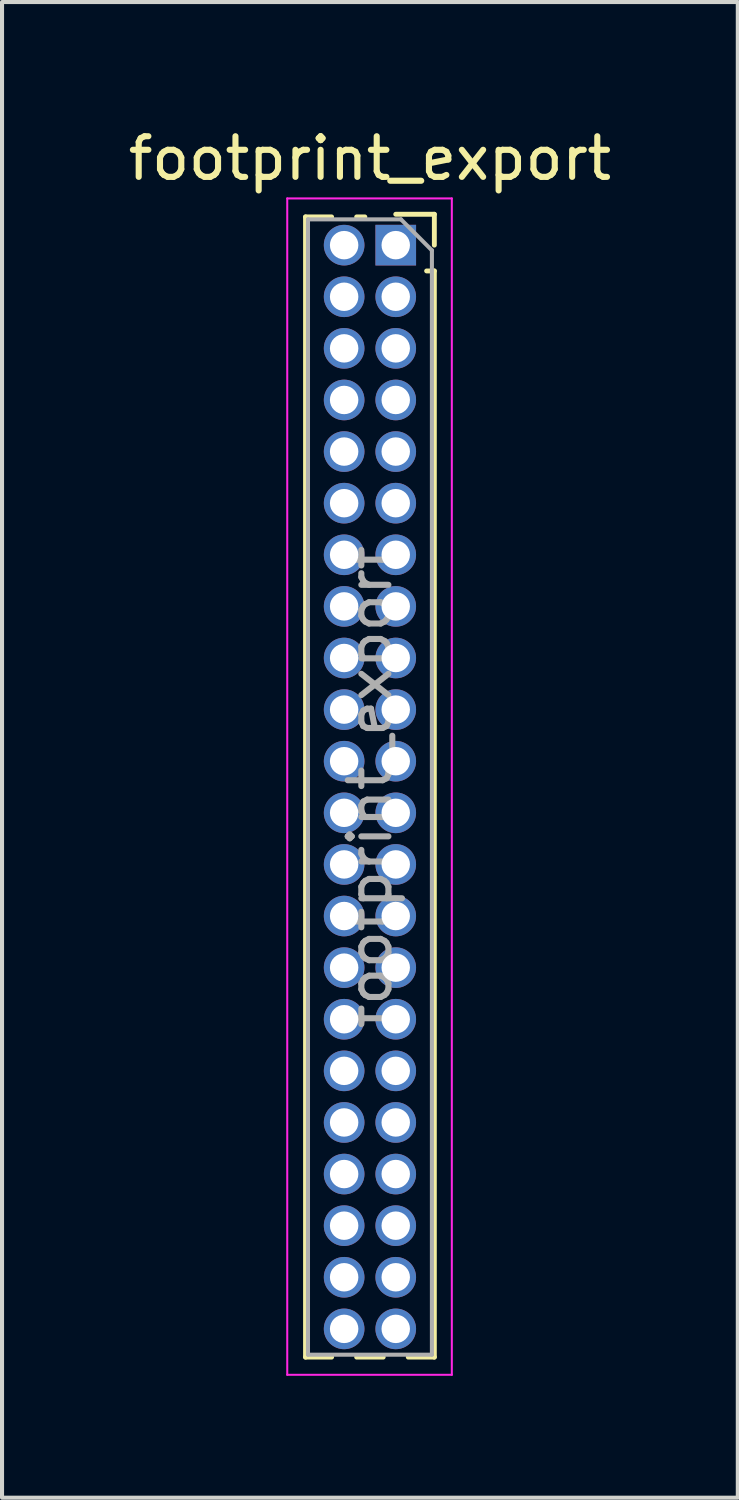
<source format=kicad_pcb>
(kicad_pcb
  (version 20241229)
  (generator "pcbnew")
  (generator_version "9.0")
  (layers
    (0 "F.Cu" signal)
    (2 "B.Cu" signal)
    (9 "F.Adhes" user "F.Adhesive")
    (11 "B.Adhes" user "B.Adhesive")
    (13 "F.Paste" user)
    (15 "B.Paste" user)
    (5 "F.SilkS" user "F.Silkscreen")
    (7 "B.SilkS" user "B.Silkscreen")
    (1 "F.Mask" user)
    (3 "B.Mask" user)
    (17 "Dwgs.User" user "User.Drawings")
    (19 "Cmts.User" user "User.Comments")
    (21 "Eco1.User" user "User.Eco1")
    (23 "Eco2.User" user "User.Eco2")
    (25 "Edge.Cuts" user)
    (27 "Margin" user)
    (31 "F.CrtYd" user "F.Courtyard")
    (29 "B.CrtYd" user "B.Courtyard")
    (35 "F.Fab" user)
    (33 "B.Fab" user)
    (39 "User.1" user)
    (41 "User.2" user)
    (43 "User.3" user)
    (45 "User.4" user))
  (footprint "footprint_export"
    (layer "F.Cu")
    (at 6.689 2.983)
    (property "Reference" "footprint_export" (at -0.635 -2.135 0) (layer "F.SilkS") (effects (font (size 1 1) (thickness 0.15))))
    (attr through_hole)
    (fp_line (start -2.22 -0.695) (end -2.22 27.365) (stroke (width 0.12) (type solid)) (layer "F.SilkS"))
    (fp_line (start -2.22 -0.695) (end -1.578 -0.695) (stroke (width 0.12) (type solid)) (layer "F.SilkS"))
    (fp_line (start -2.22 27.365) (end -1.578 27.365) (stroke (width 0.12) (type solid)) (layer "F.SilkS"))
    (fp_line (start -0.962 -0.695) (end -0.76 -0.695) (stroke (width 0.12) (type solid)) (layer "F.SilkS"))
    (fp_line (start -0.962 27.365) (end -0.308 27.365) (stroke (width 0.12) (type solid)) (layer "F.SilkS"))
    (fp_line (start 0 -0.76) (end 0.95 -0.76) (stroke (width 0.12) (type solid)) (layer "F.SilkS"))
    (fp_line (start 0.308 27.365) (end 0.95 27.365) (stroke (width 0.12) (type solid)) (layer "F.SilkS"))
    (fp_line (start 0.76 0.635) (end 0.95 0.635) (stroke (width 0.12) (type solid)) (layer "F.SilkS"))
    (fp_line (start 0.95 -0.76) (end 0.95 0) (stroke (width 0.12) (type solid)) (layer "F.SilkS"))
    (fp_line (start 0.95 0.635) (end 0.95 27.365) (stroke (width 0.12) (type solid)) (layer "F.SilkS"))
    (fp_line (start -2.67 -1.15) (end 1.38 -1.15) (stroke (width 0.05) (type solid)) (layer "F.CrtYd"))
    (fp_line (start -2.67 27.8) (end -2.67 -1.15) (stroke (width 0.05) (type solid)) (layer "F.CrtYd"))
    (fp_line (start 1.38 -1.15) (end 1.38 27.8) (stroke (width 0.05) (type solid)) (layer "F.CrtYd"))
    (fp_line (start 1.38 27.8) (end -2.67 27.8) (stroke (width 0.05) (type solid)) (layer "F.CrtYd"))
    (fp_line (start -2.16 -0.635) (end 0.128 -0.635) (stroke (width 0.1) (type solid)) (layer "F.Fab"))
    (fp_line (start -2.16 27.305) (end -2.16 -0.635) (stroke (width 0.1) (type solid)) (layer "F.Fab"))
    (fp_line (start 0.128 -0.635) (end 0.89 0.128) (stroke (width 0.1) (type solid)) (layer "F.Fab"))
    (fp_line (start 0.89 0.128) (end 0.89 27.305) (stroke (width 0.1) (type solid)) (layer "F.Fab"))
    (fp_line (start 0.89 27.305) (end -2.16 27.305) (stroke (width 0.1) (type solid)) (layer "F.Fab"))
    (fp_text user "${REFERENCE}" (at -0.635 13.335 90) (layer "F.Fab") (effects (font (size 1 1) (thickness 0.15))))
    (pad "1" thru_hole rect (at 0 0) (size 1 1) (drill 0.7) (layers "*.Cu" "*.Mask"))
    (pad "2" thru_hole oval (at -1.27 0) (size 1 1) (drill 0.7) (layers "*.Cu" "*.Mask"))
    (pad "3" thru_hole oval (at 0 1.27) (size 1 1) (drill 0.7) (layers "*.Cu" "*.Mask"))
    (pad "4" thru_hole oval (at -1.27 1.27) (size 1 1) (drill 0.7) (layers "*.Cu" "*.Mask"))
    (pad "5" thru_hole oval (at 0 2.54) (size 1 1) (drill 0.7) (layers "*.Cu" "*.Mask"))
    (pad "6" thru_hole oval (at -1.27 2.54) (size 1 1) (drill 0.7) (layers "*.Cu" "*.Mask"))
    (pad "7" thru_hole oval (at 0 3.81) (size 1 1) (drill 0.7) (layers "*.Cu" "*.Mask"))
    (pad "8" thru_hole oval (at -1.27 3.81) (size 1 1) (drill 0.7) (layers "*.Cu" "*.Mask"))
    (pad "9" thru_hole oval (at 0 5.08) (size 1 1) (drill 0.7) (layers "*.Cu" "*.Mask"))
    (pad "10" thru_hole oval (at -1.27 5.08) (size 1 1) (drill 0.7) (layers "*.Cu" "*.Mask"))
    (pad "11" thru_hole oval (at 0 6.35) (size 1 1) (drill 0.7) (layers "*.Cu" "*.Mask"))
    (pad "12" thru_hole oval (at -1.27 6.35) (size 1 1) (drill 0.7) (layers "*.Cu" "*.Mask"))
    (pad "13" thru_hole oval (at 0 7.62) (size 1 1) (drill 0.7) (layers "*.Cu" "*.Mask"))
    (pad "14" thru_hole oval (at -1.27 7.62) (size 1 1) (drill 0.7) (layers "*.Cu" "*.Mask"))
    (pad "15" thru_hole oval (at 0 8.89) (size 1 1) (drill 0.7) (layers "*.Cu" "*.Mask"))
    (pad "16" thru_hole oval (at -1.27 8.89) (size 1 1) (drill 0.7) (layers "*.Cu" "*.Mask"))
    (pad "17" thru_hole oval (at 0 10.16) (size 1 1) (drill 0.7) (layers "*.Cu" "*.Mask"))
    (pad "18" thru_hole oval (at -1.27 10.16) (size 1 1) (drill 0.7) (layers "*.Cu" "*.Mask"))
    (pad "19" thru_hole oval (at 0 11.43) (size 1 1) (drill 0.7) (layers "*.Cu" "*.Mask"))
    (pad "20" thru_hole oval (at -1.27 11.43) (size 1 1) (drill 0.7) (layers "*.Cu" "*.Mask"))
    (pad "21" thru_hole oval (at 0 12.7) (size 1 1) (drill 0.7) (layers "*.Cu" "*.Mask"))
    (pad "22" thru_hole oval (at -1.27 12.7) (size 1 1) (drill 0.7) (layers "*.Cu" "*.Mask"))
    (pad "23" thru_hole oval (at 0 13.97) (size 1 1) (drill 0.7) (layers "*.Cu" "*.Mask"))
    (pad "24" thru_hole oval (at -1.27 13.97) (size 1 1) (drill 0.7) (layers "*.Cu" "*.Mask"))
    (pad "25" thru_hole oval (at 0 15.24) (size 1 1) (drill 0.7) (layers "*.Cu" "*.Mask"))
    (pad "26" thru_hole oval (at -1.27 15.24) (size 1 1) (drill 0.7) (layers "*.Cu" "*.Mask"))
    (pad "27" thru_hole oval (at 0 16.51) (size 1 1) (drill 0.7) (layers "*.Cu" "*.Mask"))
    (pad "28" thru_hole oval (at -1.27 16.51) (size 1 1) (drill 0.7) (layers "*.Cu" "*.Mask"))
    (pad "29" thru_hole oval (at 0 17.78) (size 1 1) (drill 0.7) (layers "*.Cu" "*.Mask"))
    (pad "30" thru_hole oval (at -1.27 17.78) (size 1 1) (drill 0.7) (layers "*.Cu" "*.Mask"))
    (pad "31" thru_hole oval (at 0 19.05) (size 1 1) (drill 0.7) (layers "*.Cu" "*.Mask"))
    (pad "32" thru_hole oval (at -1.27 19.05) (size 1 1) (drill 0.7) (layers "*.Cu" "*.Mask"))
    (pad "33" thru_hole oval (at 0 20.32) (size 1 1) (drill 0.7) (layers "*.Cu" "*.Mask"))
    (pad "34" thru_hole oval (at -1.27 20.32) (size 1 1) (drill 0.7) (layers "*.Cu" "*.Mask"))
    (pad "35" thru_hole oval (at 0 21.59) (size 1 1) (drill 0.7) (layers "*.Cu" "*.Mask"))
    (pad "36" thru_hole oval (at -1.27 21.59) (size 1 1) (drill 0.7) (layers "*.Cu" "*.Mask"))
    (pad "37" thru_hole oval (at 0 22.86) (size 1 1) (drill 0.7) (layers "*.Cu" "*.Mask"))
    (pad "38" thru_hole oval (at -1.27 22.86) (size 1 1) (drill 0.7) (layers "*.Cu" "*.Mask"))
    (pad "39" thru_hole oval (at 0 24.13) (size 1 1) (drill 0.7) (layers "*.Cu" "*.Mask"))
    (pad "40" thru_hole oval (at -1.27 24.13) (size 1 1) (drill 0.7) (layers "*.Cu" "*.Mask"))
    (pad "41" thru_hole oval (at 0 25.4) (size 1 1) (drill 0.7) (layers "*.Cu" "*.Mask"))
    (pad "42" thru_hole oval (at -1.27 25.4) (size 1 1) (drill 0.7) (layers "*.Cu" "*.Mask"))
    (pad "43" thru_hole oval (at 0 26.67) (size 1 1) (drill 0.7) (layers "*.Cu" "*.Mask"))
    (pad "44" thru_hole oval (at -1.27 26.67) (size 1 1) (drill 0.7) (layers "*.Cu" "*.Mask")))
  (gr_rect
    (start -3 -3)
    (end 15.107 33.808)
    (stroke (width 0.1) (type default))
    (fill no)
    (layer "Edge.Cuts")))
</source>
